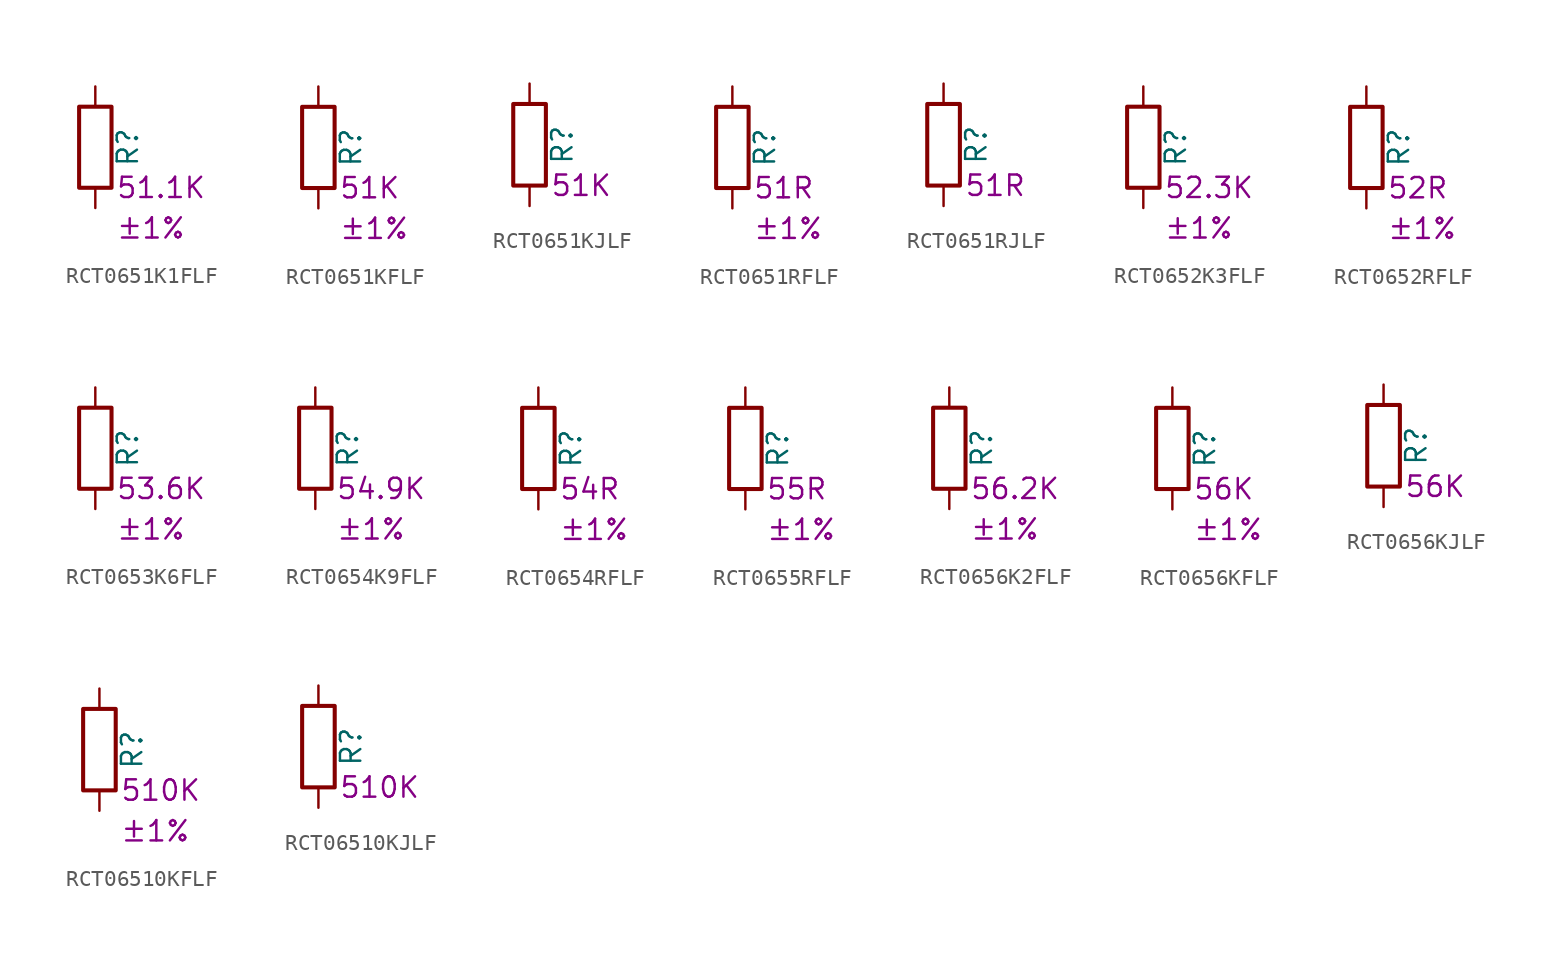
<source format=kicad_sym>
(kicad_symbol_lib
  (version 20220914)
  (generator kicad_symbol_editor)
  (symbol "RCT0651K1FLF"
    (pin_numbers hide)
    (pin_names
      (offset 0))
    (property "Reference" "R"
      (at 2.032 0 90)
      (effects (font (size 1.27 1.27))))
    (property "Resistance" "51.1K"
      (at 1.27 -2.54 0)
      (effects (font (size 1.27 1.27)) (justify left)))
    (property "Tolerance" "±1%"
      (at 1.27 -5.08 0)
      (effects (font (size 1.27 1.27)) (justify left)))
    (symbol "RCT0651K1FLF_0_1"
      (rectangle (start -1.016 -2.54) (end 1.016 2.54) (stroke (width 0.254) (type default)) (fill (type none))))
    (symbol "RCT0651K1FLF_1_1"
      (pin passive line (at 0 3.81 270) (length 1.27) (name "~" (effects (font (size 1.27 1.27)))) (number "1" (effects (font (size 1.27 1.27)))))
      (pin passive line (at 0 -3.81 90) (length 1.27) (name "~" (effects (font (size 1.27 1.27)))) (number "2" (effects (font (size 1.27 1.27)))))))
  (symbol "RCT0651KFLF"
    (pin_numbers hide)
    (pin_names
      (offset 0))
    (property "Reference" "R"
      (at 2.032 0 90)
      (effects (font (size 1.27 1.27))))
    (property "Resistance" "51K"
      (at 1.27 -2.54 0)
      (effects (font (size 1.27 1.27)) (justify left)))
    (property "Tolerance" "±1%"
      (at 1.27 -5.08 0)
      (effects (font (size 1.27 1.27)) (justify left)))
    (symbol "RCT0651KFLF_0_1"
      (rectangle (start -1.016 -2.54) (end 1.016 2.54) (stroke (width 0.254) (type default)) (fill (type none))))
    (symbol "RCT0651KFLF_1_1"
      (pin passive line (at 0 3.81 270) (length 1.27) (name "~" (effects (font (size 1.27 1.27)))) (number "1" (effects (font (size 1.27 1.27)))))
      (pin passive line (at 0 -3.81 90) (length 1.27) (name "~" (effects (font (size 1.27 1.27)))) (number "2" (effects (font (size 1.27 1.27)))))))
  (symbol "RCT0651KJLF"
    (pin_numbers hide)
    (pin_names
      (offset 0))
    (property "Reference" "R"
      (at 2.032 0 90)
      (effects (font (size 1.27 1.27))))
    (property "Resistance" "51K"
      (at 1.27 -2.54 0)
      (effects (font (size 1.27 1.27)) (justify left)))
    (symbol "RCT0651KJLF_0_1"
      (rectangle (start -1.016 -2.54) (end 1.016 2.54) (stroke (width 0.254) (type default)) (fill (type none))))
    (symbol "RCT0651KJLF_1_1"
      (pin passive line (at 0 3.81 270) (length 1.27) (name "~" (effects (font (size 1.27 1.27)))) (number "1" (effects (font (size 1.27 1.27)))))
      (pin passive line (at 0 -3.81 90) (length 1.27) (name "~" (effects (font (size 1.27 1.27)))) (number "2" (effects (font (size 1.27 1.27)))))))
  (symbol "RCT0651RFLF"
    (pin_numbers hide)
    (pin_names
      (offset 0))
    (property "Reference" "R"
      (at 2.032 0 90)
      (effects (font (size 1.27 1.27))))
    (property "Resistance" "51R"
      (at 1.27 -2.54 0)
      (effects (font (size 1.27 1.27)) (justify left)))
    (property "Tolerance" "±1%"
      (at 1.27 -5.08 0)
      (effects (font (size 1.27 1.27)) (justify left)))
    (symbol "RCT0651RFLF_0_1"
      (rectangle (start -1.016 -2.54) (end 1.016 2.54) (stroke (width 0.254) (type default)) (fill (type none))))
    (symbol "RCT0651RFLF_1_1"
      (pin passive line (at 0 3.81 270) (length 1.27) (name "~" (effects (font (size 1.27 1.27)))) (number "1" (effects (font (size 1.27 1.27)))))
      (pin passive line (at 0 -3.81 90) (length 1.27) (name "~" (effects (font (size 1.27 1.27)))) (number "2" (effects (font (size 1.27 1.27)))))))
  (symbol "RCT0651RJLF"
    (pin_numbers hide)
    (pin_names
      (offset 0))
    (property "Reference" "R"
      (at 2.032 0 90)
      (effects (font (size 1.27 1.27))))
    (property "Resistance" "51R"
      (at 1.27 -2.54 0)
      (effects (font (size 1.27 1.27)) (justify left)))
    (symbol "RCT0651RJLF_0_1"
      (rectangle (start -1.016 -2.54) (end 1.016 2.54) (stroke (width 0.254) (type default)) (fill (type none))))
    (symbol "RCT0651RJLF_1_1"
      (pin passive line (at 0 3.81 270) (length 1.27) (name "~" (effects (font (size 1.27 1.27)))) (number "1" (effects (font (size 1.27 1.27)))))
      (pin passive line (at 0 -3.81 90) (length 1.27) (name "~" (effects (font (size 1.27 1.27)))) (number "2" (effects (font (size 1.27 1.27)))))))
  (symbol "RCT0652K3FLF"
    (pin_numbers hide)
    (pin_names
      (offset 0))
    (property "Reference" "R"
      (at 2.032 0 90)
      (effects (font (size 1.27 1.27))))
    (property "Resistance" "52.3K"
      (at 1.27 -2.54 0)
      (effects (font (size 1.27 1.27)) (justify left)))
    (property "Tolerance" "±1%"
      (at 1.27 -5.08 0)
      (effects (font (size 1.27 1.27)) (justify left)))
    (symbol "RCT0652K3FLF_0_1"
      (rectangle (start -1.016 -2.54) (end 1.016 2.54) (stroke (width 0.254) (type default)) (fill (type none))))
    (symbol "RCT0652K3FLF_1_1"
      (pin passive line (at 0 3.81 270) (length 1.27) (name "~" (effects (font (size 1.27 1.27)))) (number "1" (effects (font (size 1.27 1.27)))))
      (pin passive line (at 0 -3.81 90) (length 1.27) (name "~" (effects (font (size 1.27 1.27)))) (number "2" (effects (font (size 1.27 1.27)))))))
  (symbol "RCT0652RFLF"
    (pin_numbers hide)
    (pin_names
      (offset 0))
    (property "Reference" "R"
      (at 2.032 0 90)
      (effects (font (size 1.27 1.27))))
    (property "Resistance" "52R"
      (at 1.27 -2.54 0)
      (effects (font (size 1.27 1.27)) (justify left)))
    (property "Tolerance" "±1%"
      (at 1.27 -5.08 0)
      (effects (font (size 1.27 1.27)) (justify left)))
    (symbol "RCT0652RFLF_0_1"
      (rectangle (start -1.016 -2.54) (end 1.016 2.54) (stroke (width 0.254) (type default)) (fill (type none))))
    (symbol "RCT0652RFLF_1_1"
      (pin passive line (at 0 3.81 270) (length 1.27) (name "~" (effects (font (size 1.27 1.27)))) (number "1" (effects (font (size 1.27 1.27)))))
      (pin passive line (at 0 -3.81 90) (length 1.27) (name "~" (effects (font (size 1.27 1.27)))) (number "2" (effects (font (size 1.27 1.27)))))))
  (symbol "RCT0653K6FLF"
    (pin_numbers hide)
    (pin_names
      (offset 0))
    (property "Reference" "R"
      (at 2.032 0 90)
      (effects (font (size 1.27 1.27))))
    (property "Resistance" "53.6K"
      (at 1.27 -2.54 0)
      (effects (font (size 1.27 1.27)) (justify left)))
    (property "Tolerance" "±1%"
      (at 1.27 -5.08 0)
      (effects (font (size 1.27 1.27)) (justify left)))
    (symbol "RCT0653K6FLF_0_1"
      (rectangle (start -1.016 -2.54) (end 1.016 2.54) (stroke (width 0.254) (type default)) (fill (type none))))
    (symbol "RCT0653K6FLF_1_1"
      (pin passive line (at 0 3.81 270) (length 1.27) (name "~" (effects (font (size 1.27 1.27)))) (number "1" (effects (font (size 1.27 1.27)))))
      (pin passive line (at 0 -3.81 90) (length 1.27) (name "~" (effects (font (size 1.27 1.27)))) (number "2" (effects (font (size 1.27 1.27)))))))
  (symbol "RCT0654K9FLF"
    (pin_numbers hide)
    (pin_names
      (offset 0))
    (property "Reference" "R"
      (at 2.032 0 90)
      (effects (font (size 1.27 1.27))))
    (property "Resistance" "54.9K"
      (at 1.27 -2.54 0)
      (effects (font (size 1.27 1.27)) (justify left)))
    (property "Tolerance" "±1%"
      (at 1.27 -5.08 0)
      (effects (font (size 1.27 1.27)) (justify left)))
    (symbol "RCT0654K9FLF_0_1"
      (rectangle (start -1.016 -2.54) (end 1.016 2.54) (stroke (width 0.254) (type default)) (fill (type none))))
    (symbol "RCT0654K9FLF_1_1"
      (pin passive line (at 0 3.81 270) (length 1.27) (name "~" (effects (font (size 1.27 1.27)))) (number "1" (effects (font (size 1.27 1.27)))))
      (pin passive line (at 0 -3.81 90) (length 1.27) (name "~" (effects (font (size 1.27 1.27)))) (number "2" (effects (font (size 1.27 1.27)))))))
  (symbol "RCT0654RFLF"
    (pin_numbers hide)
    (pin_names
      (offset 0))
    (property "Reference" "R"
      (at 2.032 0 90)
      (effects (font (size 1.27 1.27))))
    (property "Resistance" "54R"
      (at 1.27 -2.54 0)
      (effects (font (size 1.27 1.27)) (justify left)))
    (property "Tolerance" "±1%"
      (at 1.27 -5.08 0)
      (effects (font (size 1.27 1.27)) (justify left)))
    (symbol "RCT0654RFLF_0_1"
      (rectangle (start -1.016 -2.54) (end 1.016 2.54) (stroke (width 0.254) (type default)) (fill (type none))))
    (symbol "RCT0654RFLF_1_1"
      (pin passive line (at 0 3.81 270) (length 1.27) (name "~" (effects (font (size 1.27 1.27)))) (number "1" (effects (font (size 1.27 1.27)))))
      (pin passive line (at 0 -3.81 90) (length 1.27) (name "~" (effects (font (size 1.27 1.27)))) (number "2" (effects (font (size 1.27 1.27)))))))
  (symbol "RCT0655RFLF"
    (pin_numbers hide)
    (pin_names
      (offset 0))
    (property "Reference" "R"
      (at 2.032 0 90)
      (effects (font (size 1.27 1.27))))
    (property "Resistance" "55R"
      (at 1.27 -2.54 0)
      (effects (font (size 1.27 1.27)) (justify left)))
    (property "Tolerance" "±1%"
      (at 1.27 -5.08 0)
      (effects (font (size 1.27 1.27)) (justify left)))
    (symbol "RCT0655RFLF_0_1"
      (rectangle (start -1.016 -2.54) (end 1.016 2.54) (stroke (width 0.254) (type default)) (fill (type none))))
    (symbol "RCT0655RFLF_1_1"
      (pin passive line (at 0 3.81 270) (length 1.27) (name "~" (effects (font (size 1.27 1.27)))) (number "1" (effects (font (size 1.27 1.27)))))
      (pin passive line (at 0 -3.81 90) (length 1.27) (name "~" (effects (font (size 1.27 1.27)))) (number "2" (effects (font (size 1.27 1.27)))))))
  (symbol "RCT0656K2FLF"
    (pin_numbers hide)
    (pin_names
      (offset 0))
    (property "Reference" "R"
      (at 2.032 0 90)
      (effects (font (size 1.27 1.27))))
    (property "Resistance" "56.2K"
      (at 1.27 -2.54 0)
      (effects (font (size 1.27 1.27)) (justify left)))
    (property "Tolerance" "±1%"
      (at 1.27 -5.08 0)
      (effects (font (size 1.27 1.27)) (justify left)))
    (symbol "RCT0656K2FLF_0_1"
      (rectangle (start -1.016 -2.54) (end 1.016 2.54) (stroke (width 0.254) (type default)) (fill (type none))))
    (symbol "RCT0656K2FLF_1_1"
      (pin passive line (at 0 3.81 270) (length 1.27) (name "~" (effects (font (size 1.27 1.27)))) (number "1" (effects (font (size 1.27 1.27)))))
      (pin passive line (at 0 -3.81 90) (length 1.27) (name "~" (effects (font (size 1.27 1.27)))) (number "2" (effects (font (size 1.27 1.27)))))))
  (symbol "RCT0656KFLF"
    (pin_numbers hide)
    (pin_names
      (offset 0))
    (property "Reference" "R"
      (at 2.032 0 90)
      (effects (font (size 1.27 1.27))))
    (property "Resistance" "56K"
      (at 1.27 -2.54 0)
      (effects (font (size 1.27 1.27)) (justify left)))
    (property "Tolerance" "±1%"
      (at 1.27 -5.08 0)
      (effects (font (size 1.27 1.27)) (justify left)))
    (symbol "RCT0656KFLF_0_1"
      (rectangle (start -1.016 -2.54) (end 1.016 2.54) (stroke (width 0.254) (type default)) (fill (type none))))
    (symbol "RCT0656KFLF_1_1"
      (pin passive line (at 0 3.81 270) (length 1.27) (name "~" (effects (font (size 1.27 1.27)))) (number "1" (effects (font (size 1.27 1.27)))))
      (pin passive line (at 0 -3.81 90) (length 1.27) (name "~" (effects (font (size 1.27 1.27)))) (number "2" (effects (font (size 1.27 1.27)))))))
  (symbol "RCT0656KJLF"
    (pin_numbers hide)
    (pin_names
      (offset 0))
    (property "Reference" "R"
      (at 2.032 0 90)
      (effects (font (size 1.27 1.27))))
    (property "Resistance" "56K"
      (at 1.27 -2.54 0)
      (effects (font (size 1.27 1.27)) (justify left)))
    (symbol "RCT0656KJLF_0_1"
      (rectangle (start -1.016 -2.54) (end 1.016 2.54) (stroke (width 0.254) (type default)) (fill (type none))))
    (symbol "RCT0656KJLF_1_1"
      (pin passive line (at 0 3.81 270) (length 1.27) (name "~" (effects (font (size 1.27 1.27)))) (number "1" (effects (font (size 1.27 1.27)))))
      (pin passive line (at 0 -3.81 90) (length 1.27) (name "~" (effects (font (size 1.27 1.27)))) (number "2" (effects (font (size 1.27 1.27)))))))
  (symbol "RCT06510KFLF"
    (pin_numbers hide)
    (pin_names
      (offset 0))
    (property "Reference" "R"
      (at 2.032 0 90)
      (effects (font (size 1.27 1.27))))
    (property "Resistance" "510K"
      (at 1.27 -2.54 0)
      (effects (font (size 1.27 1.27)) (justify left)))
    (property "Tolerance" "±1%"
      (at 1.27 -5.08 0)
      (effects (font (size 1.27 1.27)) (justify left)))
    (symbol "RCT06510KFLF_0_1"
      (rectangle (start -1.016 -2.54) (end 1.016 2.54) (stroke (width 0.254) (type default)) (fill (type none))))
    (symbol "RCT06510KFLF_1_1"
      (pin passive line (at 0 3.81 270) (length 1.27) (name "~" (effects (font (size 1.27 1.27)))) (number "1" (effects (font (size 1.27 1.27)))))
      (pin passive line (at 0 -3.81 90) (length 1.27) (name "~" (effects (font (size 1.27 1.27)))) (number "2" (effects (font (size 1.27 1.27)))))))
  (symbol "RCT06510KJLF"
    (pin_numbers hide)
    (pin_names
      (offset 0))
    (property "Reference" "R"
      (at 2.032 0 90)
      (effects (font (size 1.27 1.27))))
    (property "Resistance" "510K"
      (at 1.27 -2.54 0)
      (effects (font (size 1.27 1.27)) (justify left)))
    (symbol "RCT06510KJLF_0_1"
      (rectangle (start -1.016 -2.54) (end 1.016 2.54) (stroke (width 0.254) (type default)) (fill (type none))))
    (symbol "RCT06510KJLF_1_1"
      (pin passive line (at 0 3.81 270) (length 1.27) (name "~" (effects (font (size 1.27 1.27)))) (number "1" (effects (font (size 1.27 1.27)))))
      (pin passive line (at 0 -3.81 90) (length 1.27) (name "~" (effects (font (size 1.27 1.27)))) (number "2" (effects (font (size 1.27 1.27))))))))
</source>
